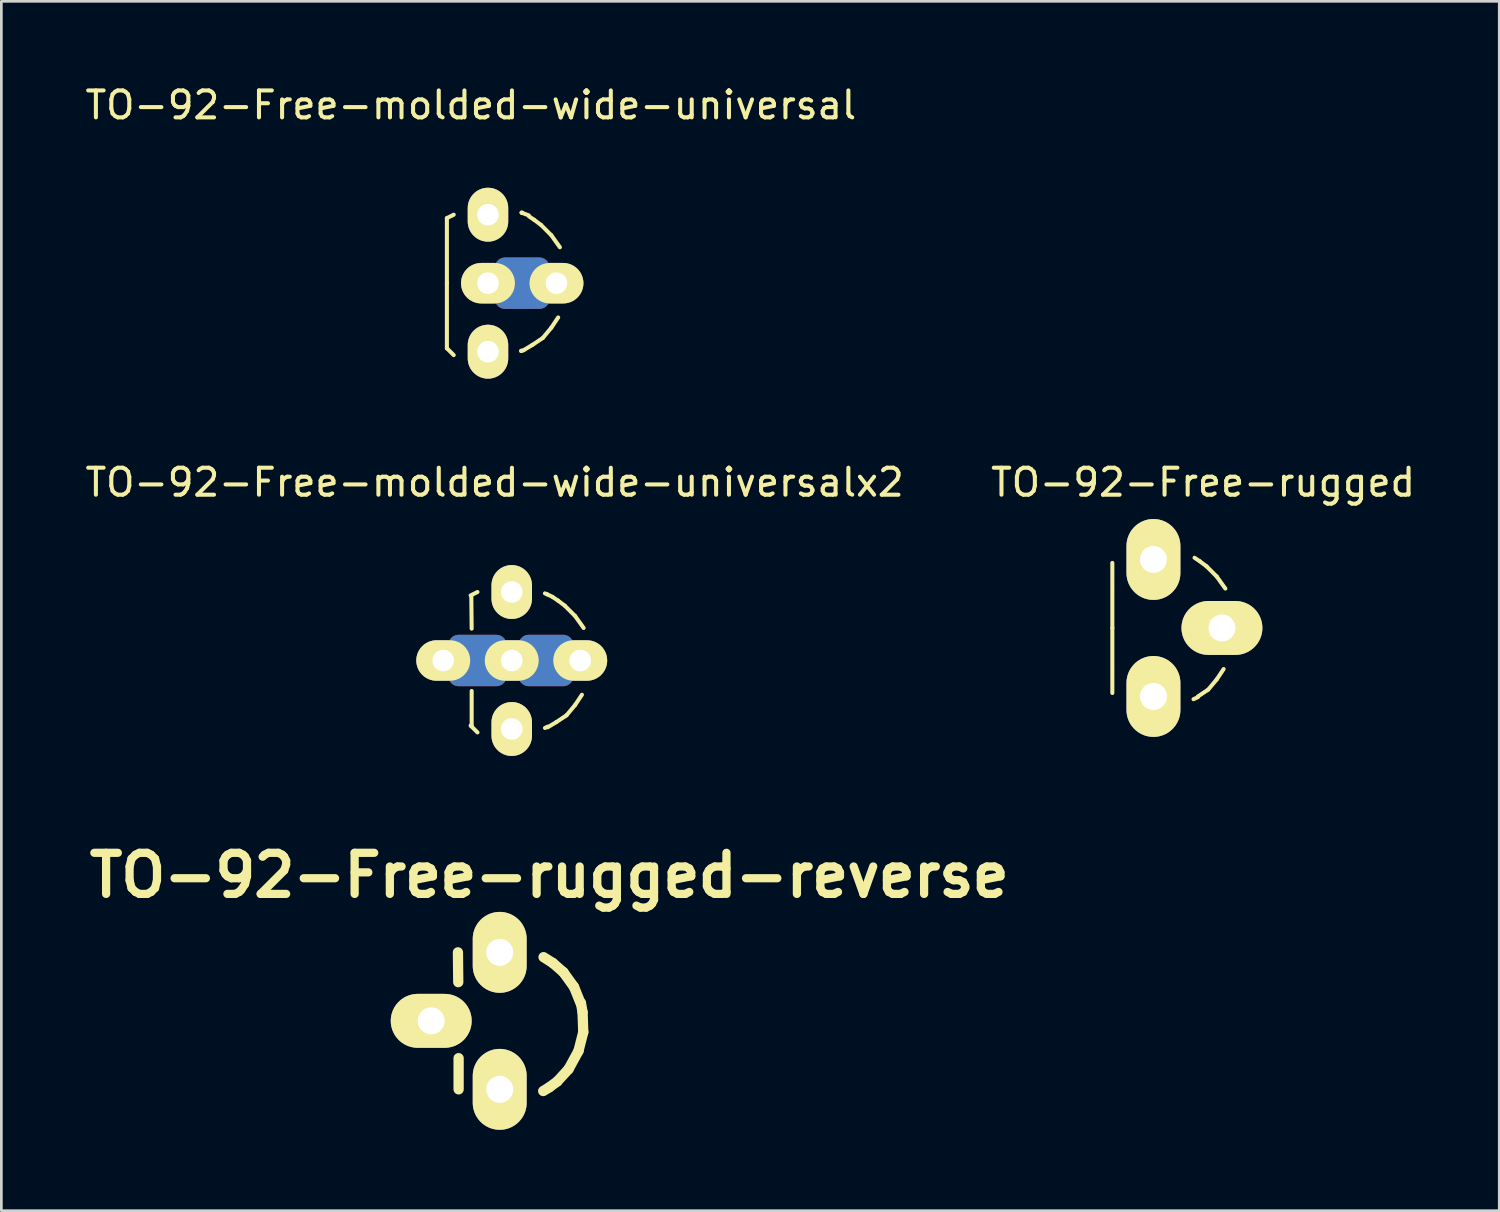
<source format=kicad_pcb>
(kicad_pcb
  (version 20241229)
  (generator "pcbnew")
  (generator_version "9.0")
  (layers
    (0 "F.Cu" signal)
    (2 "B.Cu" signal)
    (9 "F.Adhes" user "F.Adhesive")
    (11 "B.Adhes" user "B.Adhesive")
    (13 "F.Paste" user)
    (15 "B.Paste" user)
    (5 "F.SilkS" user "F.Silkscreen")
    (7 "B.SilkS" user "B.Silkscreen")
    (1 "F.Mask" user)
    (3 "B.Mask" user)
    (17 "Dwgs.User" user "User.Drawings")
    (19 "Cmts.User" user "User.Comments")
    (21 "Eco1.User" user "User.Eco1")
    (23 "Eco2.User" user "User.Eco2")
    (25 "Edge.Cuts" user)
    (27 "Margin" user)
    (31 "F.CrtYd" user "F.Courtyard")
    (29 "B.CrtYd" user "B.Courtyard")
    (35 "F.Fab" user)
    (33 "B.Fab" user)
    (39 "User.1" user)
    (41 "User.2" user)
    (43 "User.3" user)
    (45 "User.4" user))
  (footprint "TO-92-Free-molded-wide-universal"
    (layer "F.Cu")
    (at 15.046 7.452)
    (property "Reference" "TO-92-Free-molded-wide-universal" (at -0.635 -6.604 0) (layer "F.SilkS") (effects (font (size 1 1) (thickness 0.15))))
    (attr through_hole)
    (fp_line (start 0.635 -0.572) (end 1.905 -0.572) (stroke (width 0.762) (type solid)) (layer "F.Cu"))
    (fp_line (start 0.635 0.572) (end 1.905 0.572) (stroke (width 0.762) (type solid)) (layer "F.Cu"))
    (fp_line (start 0.889 0) (end 1.524 0) (stroke (width 0.762) (type solid)) (layer "F.Cu"))
    (fp_line (start 0.635 -0.572) (end 1.905 -0.572) (stroke (width 0.762) (type solid)) (layer "B.Cu"))
    (fp_line (start 0.635 0.572) (end 1.905 0.572) (stroke (width 0.762) (type solid)) (layer "B.Cu"))
    (fp_line (start 0.889 0) (end 1.524 0) (stroke (width 0.762) (type solid)) (layer "B.Cu"))
    (fp_line (start -1.524 -2.413) (end -1.27 -2.54) (stroke (width 0.15) (type solid)) (layer "F.SilkS"))
    (fp_line (start -1.524 0) (end -1.524 -2.413) (stroke (width 0.15) (type solid)) (layer "F.SilkS"))
    (fp_line (start -1.524 0) (end -1.524 2.413) (stroke (width 0.15) (type solid)) (layer "F.SilkS"))
    (fp_line (start -1.524 2.413) (end -1.27 2.667) (stroke (width 0.15) (type solid)) (layer "F.SilkS"))
    (fp_line (start 1.232 2.515) (end 1.232 2.502) (stroke (width 0.15) (type solid)) (layer "F.SilkS"))
    (fp_line (start 1.245 -2.616) (end 1.27 -2.603) (stroke (width 0.15) (type solid)) (layer "F.SilkS"))
    (fp_line (start 1.27 -2.603) (end 1.27 -2.616) (stroke (width 0.15) (type solid)) (layer "F.SilkS"))
    (fp_line (start 1.321 2.489) (end 1.232 2.515) (stroke (width 0.15) (type solid)) (layer "F.SilkS"))
    (fp_line (start 1.511 -2.515) (end 1.245 -2.616) (stroke (width 0.15) (type solid)) (layer "F.SilkS"))
    (fp_line (start 1.524 -2.477) (end 1.714 -2.349) (stroke (width 0.15) (type solid)) (layer "F.SilkS"))
    (fp_line (start 1.651 2.286) (end 1.333 2.477) (stroke (width 0.15) (type solid)) (layer "F.SilkS"))
    (fp_line (start 1.714 -2.349) (end 1.968 -2.159) (stroke (width 0.15) (type solid)) (layer "F.SilkS"))
    (fp_line (start 1.968 -2.159) (end 2.349 -1.778) (stroke (width 0.15) (type solid)) (layer "F.SilkS"))
    (fp_line (start 2.032 2.032) (end 1.651 2.286) (stroke (width 0.15) (type solid)) (layer "F.SilkS"))
    (fp_line (start 2.349 -1.778) (end 2.667 -1.333) (stroke (width 0.15) (type solid)) (layer "F.SilkS"))
    (fp_line (start 2.349 1.651) (end 2.032 2.032) (stroke (width 0.15) (type solid)) (layer "F.SilkS"))
    (fp_line (start 2.603 1.27) (end 2.349 1.651) (stroke (width 0.15) (type solid)) (layer "F.SilkS"))
    (pad "1" thru_hole oval (at 0 -2.54) (size 1.501 1.999) (drill 0.8) (layers "*.Cu" "*.Mask" "F.SilkS"))
    (pad "2" thru_hole oval (at 0 0 90) (size 1.501 1.999) (drill 0.8) (layers "*.Cu" "*.Mask" "F.SilkS"))
    (pad "2" thru_hole oval (at 2.54 0) (size 1.999 1.501) (drill 0.8) (layers "*.Cu" "*.Mask" "F.SilkS" "F.Paste"))
    (pad "3" thru_hole oval (at 0 2.54) (size 1.501 1.999) (drill 0.8) (layers "*.Cu" "*.Mask" "F.SilkS")))
  (footprint "TO-92-Free-rugged-reverse"
    (layer "F.Cu")
    (at 15.481 34.807)
    (property "Reference" "TO-92-Free-rugged-reverse" (at 1.841 -5.397 0) (layer "F.SilkS") (effects (font (size 1.524 1.524) (thickness 0.305))))
    (attr through_hole)
    (fp_line (start -1.549 -2.54) (end -1.537 -1.435) (stroke (width 0.381) (type solid)) (layer "F.SilkS"))
    (fp_line (start -1.524 2.54) (end -1.524 1.384) (stroke (width 0.381) (type solid)) (layer "F.SilkS"))
    (fp_line (start 1.626 -2.362) (end 1.968 -2.146) (stroke (width 0.381) (type solid)) (layer "F.SilkS"))
    (fp_line (start 1.841 2.464) (end 1.613 2.603) (stroke (width 0.381) (type solid)) (layer "F.SilkS"))
    (fp_line (start 1.968 -2.146) (end 2.362 -1.803) (stroke (width 0.381) (type solid)) (layer "F.SilkS"))
    (fp_line (start 2.134 2.248) (end 1.841 2.464) (stroke (width 0.381) (type solid)) (layer "F.SilkS"))
    (fp_line (start 2.362 -1.803) (end 2.756 -1.257) (stroke (width 0.381) (type solid)) (layer "F.SilkS"))
    (fp_line (start 2.553 1.791) (end 2.134 2.248) (stroke (width 0.381) (type solid)) (layer "F.SilkS"))
    (fp_line (start 2.756 -1.257) (end 2.997 -0.66) (stroke (width 0.381) (type solid)) (layer "F.SilkS"))
    (fp_line (start 2.921 1.118) (end 2.553 1.791) (stroke (width 0.381) (type solid)) (layer "F.SilkS"))
    (fp_line (start 3.01 -0.673) (end 3.073 -0.318) (stroke (width 0.381) (type solid)) (layer "F.SilkS"))
    (fp_line (start 3.073 -0.318) (end 3.099 0.419) (stroke (width 0.381) (type solid)) (layer "F.SilkS"))
    (fp_line (start 3.099 0.419) (end 2.921 1.118) (stroke (width 0.381) (type solid)) (layer "F.SilkS"))
    (pad "1" thru_hole oval (at 0 -2.54) (size 1.999 3) (drill 1.001) (layers "*.Cu" "*.Mask" "F.SilkS"))
    (pad "2" thru_hole oval (at -2.54 0) (size 3 1.999) (drill 1.001) (layers "*.Cu" "*.Mask" "F.SilkS"))
    (pad "3" thru_hole oval (at 0 2.54) (size 1.999 3) (drill 1.001) (layers "*.Cu" "*.Mask" "F.SilkS")))
  (footprint "TO-92-Free-molded-wide-universalx2"
    (layer "F.Cu")
    (at 15.927 21.444)
    (property "Reference" "TO-92-Free-molded-wide-universalx2" (at -0.635 -6.604 0) (layer "F.SilkS") (effects (font (size 1 1) (thickness 0.15))))
    (attr through_hole)
    (fp_line (start -1.968 -0.572) (end -0.572 -0.572) (stroke (width 0.762) (type solid)) (layer "F.Cu"))
    (fp_line (start -1.968 0.572) (end -0.572 0.572) (stroke (width 0.762) (type solid)) (layer "F.Cu"))
    (fp_line (start -1.778 0) (end -0.826 0) (stroke (width 0.762) (type solid)) (layer "F.Cu"))
    (fp_line (start 0.635 -0.572) (end 1.905 -0.572) (stroke (width 0.762) (type solid)) (layer "F.Cu"))
    (fp_line (start 0.635 0.572) (end 1.905 0.572) (stroke (width 0.762) (type solid)) (layer "F.Cu"))
    (fp_line (start 0.889 0) (end 1.524 0) (stroke (width 0.762) (type solid)) (layer "F.Cu"))
    (fp_line (start -1.968 -0.572) (end -0.572 -0.572) (stroke (width 0.762) (type solid)) (layer "B.Cu"))
    (fp_line (start -1.968 0.572) (end -0.572 0.572) (stroke (width 0.762) (type solid)) (layer "B.Cu"))
    (fp_line (start -1.778 0) (end -0.826 0) (stroke (width 0.762) (type solid)) (layer "B.Cu"))
    (fp_line (start 0.635 -0.572) (end 1.905 -0.572) (stroke (width 0.762) (type solid)) (layer "B.Cu"))
    (fp_line (start 0.635 0.572) (end 1.905 0.572) (stroke (width 0.762) (type solid)) (layer "B.Cu"))
    (fp_line (start 0.889 0) (end 1.524 0) (stroke (width 0.762) (type solid)) (layer "B.Cu"))
    (fp_line (start -1.524 -2.413) (end -1.27 -2.54) (stroke (width 0.15) (type solid)) (layer "F.SilkS"))
    (fp_line (start -1.524 2.413) (end -1.27 2.667) (stroke (width 0.15) (type solid)) (layer "F.SilkS"))
    (fp_line (start -1.499 -2.4) (end -1.486 -1.181) (stroke (width 0.15) (type solid)) (layer "F.SilkS"))
    (fp_line (start -1.486 1.13) (end -1.486 2.426) (stroke (width 0.15) (type solid)) (layer "F.SilkS"))
    (fp_line (start -1.486 2.426) (end -1.499 2.438) (stroke (width 0.15) (type solid)) (layer "F.SilkS"))
    (fp_line (start 1.321 -2.451) (end 1.232 -2.489) (stroke (width 0.15) (type solid)) (layer "F.SilkS"))
    (fp_line (start 1.333 2.451) (end 1.232 2.502) (stroke (width 0.15) (type solid)) (layer "F.SilkS"))
    (fp_line (start 1.511 -2.362) (end 1.321 -2.451) (stroke (width 0.15) (type solid)) (layer "F.SilkS"))
    (fp_line (start 1.524 -2.349) (end 1.714 -2.223) (stroke (width 0.15) (type solid)) (layer "F.SilkS"))
    (fp_line (start 1.651 2.286) (end 1.333 2.477) (stroke (width 0.15) (type solid)) (layer "F.SilkS"))
    (fp_line (start 1.714 -2.223) (end 1.968 -2.032) (stroke (width 0.15) (type solid)) (layer "F.SilkS"))
    (fp_line (start 1.968 -2.032) (end 2.349 -1.651) (stroke (width 0.15) (type solid)) (layer "F.SilkS"))
    (fp_line (start 2.032 2.032) (end 1.651 2.286) (stroke (width 0.15) (type solid)) (layer "F.SilkS"))
    (fp_line (start 2.349 -1.651) (end 2.667 -1.206) (stroke (width 0.15) (type solid)) (layer "F.SilkS"))
    (fp_line (start 2.349 1.651) (end 2.032 2.032) (stroke (width 0.15) (type solid)) (layer "F.SilkS"))
    (fp_line (start 2.603 1.27) (end 2.349 1.651) (stroke (width 0.15) (type solid)) (layer "F.SilkS"))
    (pad "1" thru_hole oval (at 0 -2.54) (size 1.501 1.999) (drill 0.8) (layers "*.Cu" "*.Mask" "F.SilkS"))
    (pad "2" thru_hole oval (at -2.54 0) (size 1.999 1.501) (drill 0.8) (layers "*.Cu" "*.Mask" "F.SilkS"))
    (pad "2" thru_hole oval (at 0 0 90) (size 1.501 1.999) (drill 0.8) (layers "*.Cu" "*.Mask" "F.SilkS"))
    (pad "2" thru_hole oval (at 2.54 0) (size 1.999 1.501) (drill 0.8) (layers "*.Cu" "*.Mask" "F.SilkS"))
    (pad "3" thru_hole oval (at 0 2.54) (size 1.501 1.999) (drill 0.8) (layers "*.Cu" "*.Mask" "F.SilkS")))
  (footprint "TO-92-Free-rugged"
    (layer "F.Cu")
    (at 39.724 20.237)
    (property "Reference" "TO-92-Free-rugged" (at 1.841 -5.397 0) (layer "F.SilkS") (effects (font (size 1 1) (thickness 0.15))))
    (attr through_hole)
    (fp_line (start -1.524 0) (end -1.524 -2.413) (stroke (width 0.15) (type solid)) (layer "F.SilkS"))
    (fp_line (start -1.524 0) (end -1.524 2.413) (stroke (width 0.15) (type solid)) (layer "F.SilkS"))
    (fp_line (start 1.524 -2.603) (end 1.714 -2.477) (stroke (width 0.15) (type solid)) (layer "F.SilkS"))
    (fp_line (start 1.651 2.565) (end 1.486 2.642) (stroke (width 0.15) (type solid)) (layer "F.SilkS"))
    (fp_line (start 1.714 -2.477) (end 1.968 -2.286) (stroke (width 0.15) (type solid)) (layer "F.SilkS"))
    (fp_line (start 1.968 -2.286) (end 2.349 -1.905) (stroke (width 0.15) (type solid)) (layer "F.SilkS"))
    (fp_line (start 2.032 2.286) (end 1.651 2.54) (stroke (width 0.15) (type solid)) (layer "F.SilkS"))
    (fp_line (start 2.349 -1.905) (end 2.667 -1.46) (stroke (width 0.15) (type solid)) (layer "F.SilkS"))
    (fp_line (start 2.349 1.905) (end 2.032 2.286) (stroke (width 0.15) (type solid)) (layer "F.SilkS"))
    (fp_line (start 2.603 1.524) (end 2.349 1.905) (stroke (width 0.15) (type solid)) (layer "F.SilkS"))
    (pad "1" thru_hole oval (at 0 -2.54) (size 1.999 3) (drill 1.001) (layers "*.Cu" "*.Mask" "F.SilkS"))
    (pad "2" thru_hole oval (at 2.54 0) (size 3 1.999) (drill 1.001) (layers "*.Cu" "*.Mask" "F.SilkS"))
    (pad "3" thru_hole oval (at 0 2.54) (size 1.999 3) (drill 1.001) (layers "*.Cu" "*.Mask" "F.SilkS")))
  (gr_rect
    (start -3 -3)
    (end 52.548 41.847)
    (stroke (width 0.1) (type default))
    (fill no)
    (layer "Edge.Cuts")))
</source>
